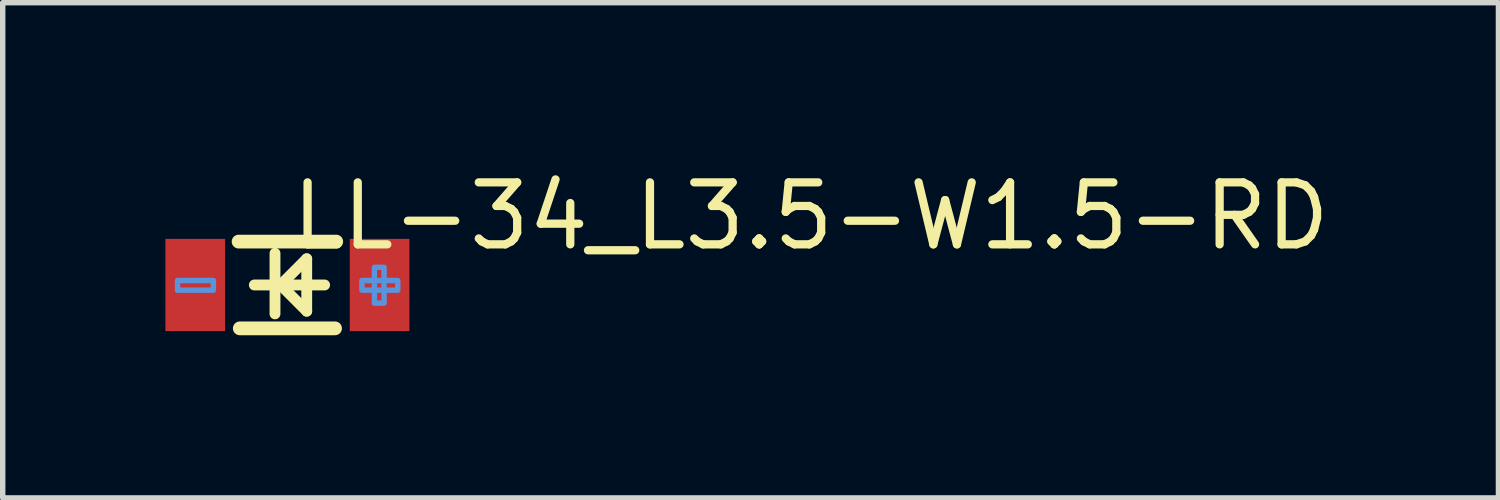
<source format=kicad_pcb>
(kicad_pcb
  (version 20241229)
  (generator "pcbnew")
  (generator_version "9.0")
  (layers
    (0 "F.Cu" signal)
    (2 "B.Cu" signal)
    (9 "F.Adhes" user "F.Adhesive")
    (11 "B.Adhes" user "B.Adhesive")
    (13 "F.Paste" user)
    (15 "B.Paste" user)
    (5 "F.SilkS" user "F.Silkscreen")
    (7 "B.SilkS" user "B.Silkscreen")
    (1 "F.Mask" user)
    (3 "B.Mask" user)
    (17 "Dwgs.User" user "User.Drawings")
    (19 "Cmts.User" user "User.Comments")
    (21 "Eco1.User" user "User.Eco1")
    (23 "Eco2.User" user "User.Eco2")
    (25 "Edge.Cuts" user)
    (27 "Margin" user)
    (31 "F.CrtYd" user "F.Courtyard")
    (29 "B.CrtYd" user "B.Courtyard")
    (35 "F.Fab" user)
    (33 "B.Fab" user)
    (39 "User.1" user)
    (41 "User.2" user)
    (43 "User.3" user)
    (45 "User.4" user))
  (footprint "LL-34_L3.5-W1.5-RD"
    (layer "F.Cu")
    (at 2.25 2.205)
    (property "Reference" "LL-34_L3.5-W1.5-RD" (at 0 -1.27 0) (layer "F.SilkS") (effects (font (size 1.143 1.143) (thickness 0.152)) (justify left)))
    (attr smd)
    (fp_line (start -0.9 -0.8) (end 0.9 -0.8) (stroke (width 0.254) (type solid)) (layer "F.SilkS"))
    (fp_line (start -0.878 0.8) (end 0.878 0.8) (stroke (width 0.254) (type solid)) (layer "F.SilkS"))
    (fp_line (start -0.61 0) (end 0.686 0) (stroke (width 0.2) (type solid)) (layer "F.SilkS"))
    (fp_line (start -0.229 -0.584) (end -0.229 0.533) (stroke (width 0.2) (type solid)) (layer "F.SilkS"))
    (fp_line (start -0.127 0) (end 0.356 -0.483) (stroke (width 0.2) (type solid)) (layer "F.SilkS"))
    (fp_line (start 0.356 -0.483) (end 0.356 0.483) (stroke (width 0.2) (type solid)) (layer "F.SilkS"))
    (fp_line (start 0.356 0.483) (end -0.102 0.025) (stroke (width 0.2) (type solid)) (layer "F.SilkS"))
    (fp_poly (pts (xy -1.365 0.096) (xy -2.026 0.096) (xy -2.026 -0.082) (xy -1.365 -0.082)) (stroke (width 0.1) (type solid)) (fill no) (layer "Cmts.User"))
    (fp_poly (pts (xy 1.604 0.335) (xy 1.604 -0.326) (xy 1.782 -0.326) (xy 1.782 0.335)) (stroke (width 0.1) (type solid)) (fill no) (layer "Cmts.User"))
    (fp_poly (pts (xy 2.035 0.096) (xy 1.374 0.096) (xy 1.374 -0.082) (xy 2.035 -0.082)) (stroke (width 0.1) (type solid)) (fill no) (layer "Cmts.User"))
    (pad "1" smd rect (at -1.7 0 180) (size 1.1 1.7) (layers "F.Cu" "F.Mask" "F.Paste"))
    (pad "2" smd rect (at 1.7 0 180) (size 1.1 1.7) (layers "F.Cu" "F.Mask" "F.Paste")))
  (gr_rect
    (start -3 -3)
    (end 24.582 6.132)
    (stroke (width 0.1) (type default))
    (fill no)
    (layer "Edge.Cuts")))
</source>
